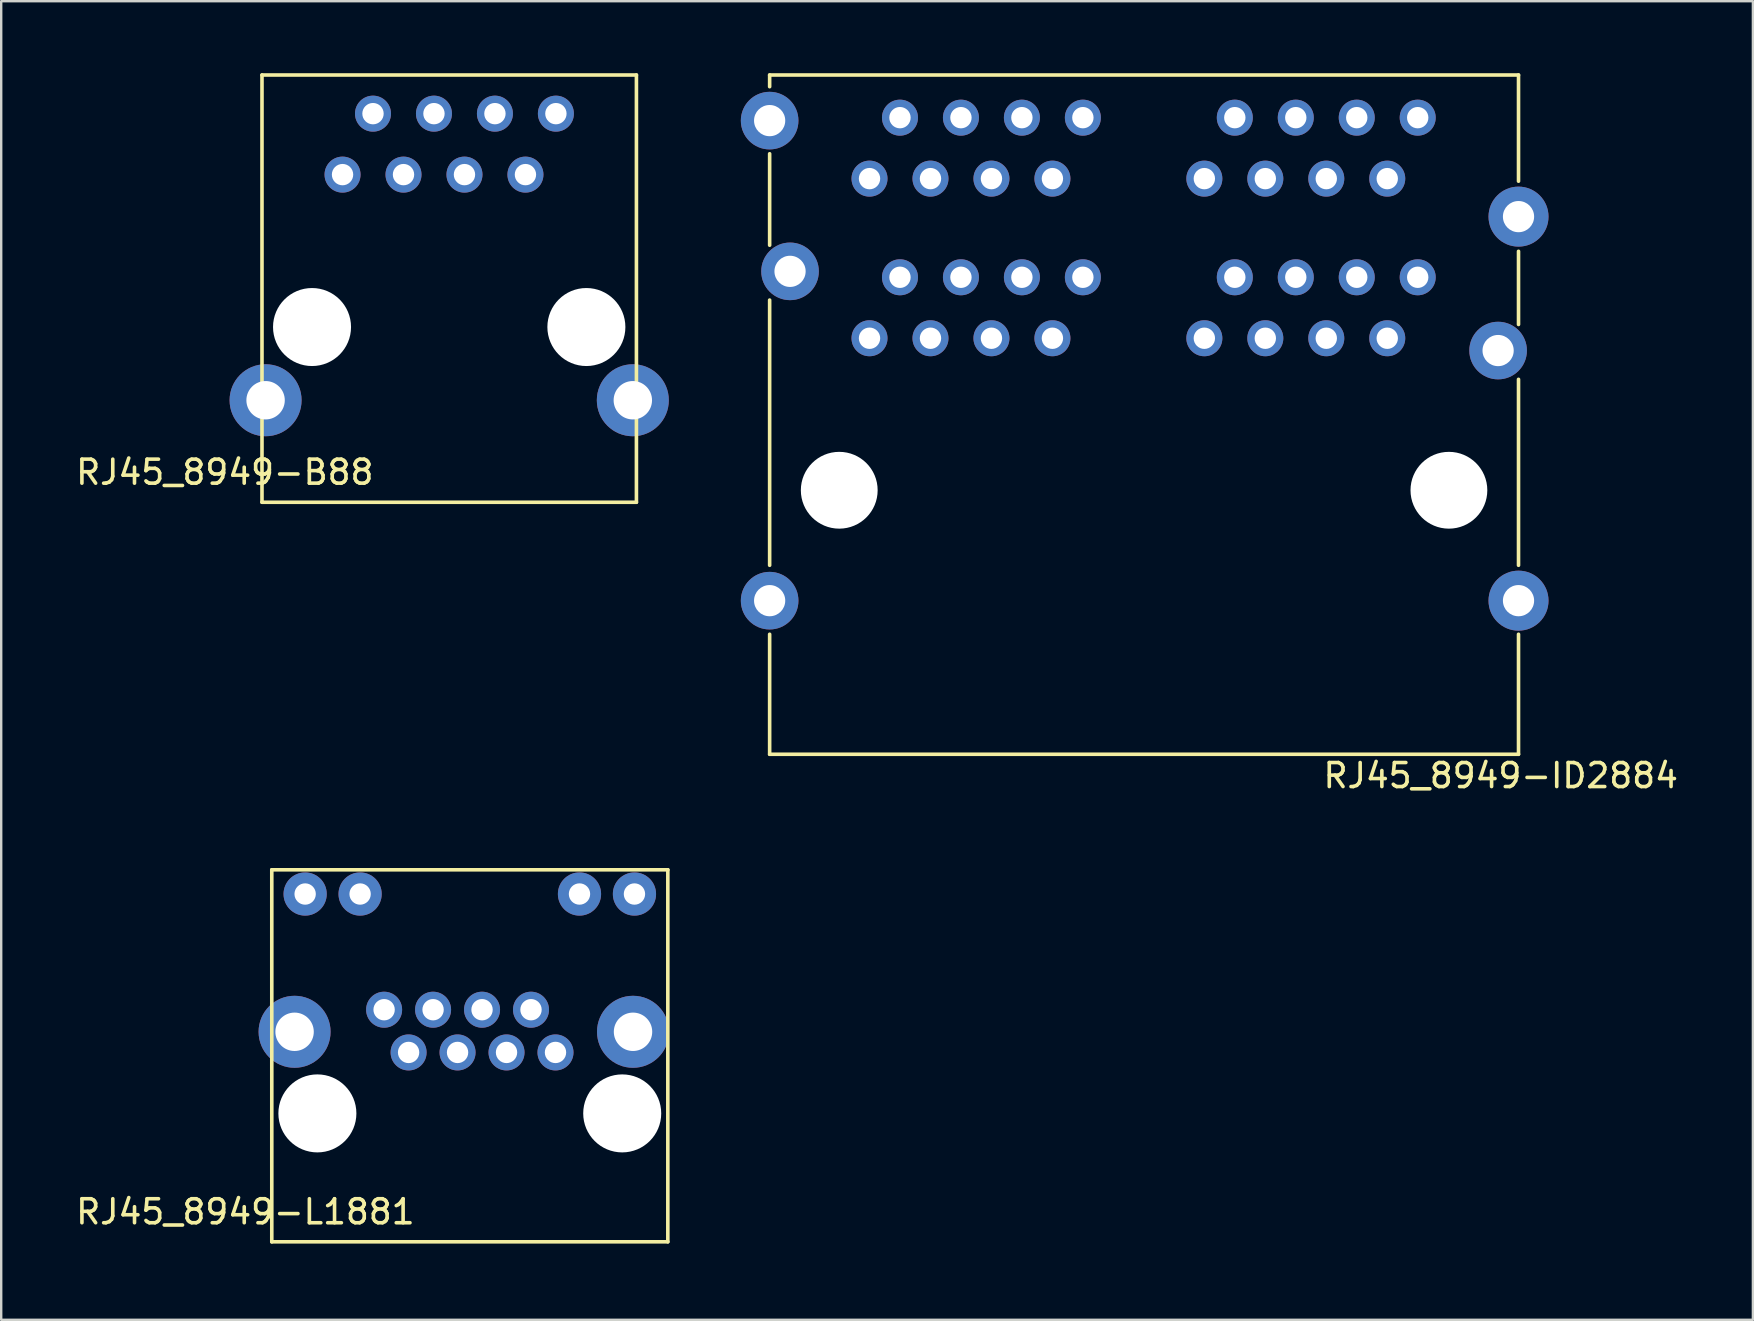
<source format=kicad_pcb>
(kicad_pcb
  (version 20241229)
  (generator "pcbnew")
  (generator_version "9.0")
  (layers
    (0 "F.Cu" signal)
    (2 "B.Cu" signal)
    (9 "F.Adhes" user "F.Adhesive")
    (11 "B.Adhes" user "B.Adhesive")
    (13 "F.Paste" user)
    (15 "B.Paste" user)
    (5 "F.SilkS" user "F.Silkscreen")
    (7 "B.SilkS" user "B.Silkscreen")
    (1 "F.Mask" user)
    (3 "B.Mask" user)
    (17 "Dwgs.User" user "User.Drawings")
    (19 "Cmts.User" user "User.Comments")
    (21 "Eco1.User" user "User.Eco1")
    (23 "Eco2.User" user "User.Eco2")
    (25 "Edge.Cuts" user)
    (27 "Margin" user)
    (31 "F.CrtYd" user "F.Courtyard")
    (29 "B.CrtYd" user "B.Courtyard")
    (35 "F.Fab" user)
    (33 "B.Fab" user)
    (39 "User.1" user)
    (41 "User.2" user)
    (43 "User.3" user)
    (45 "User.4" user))
  (footprint "RJ45_8949-ID2884"
    (layer "F.Cu")
    (at 44.615 28.375)
    (property "Reference" "RJ45_8949-ID2884" (at 14.859 0.889 0) (layer "F.SilkS") (effects (font (size 1 1) (thickness 0.15))))
    (attr through_hole)
    (fp_line (start -15.6 -27.813) (end -15.6 -28.3) (stroke (width 0.15) (type solid)) (layer "F.SilkS"))
    (fp_line (start -15.6 -21.209) (end -15.6 -25.019) (stroke (width 0.15) (type solid)) (layer "F.SilkS"))
    (fp_line (start -15.6 -7.874) (end -15.6 -18.923) (stroke (width 0.15) (type solid)) (layer "F.SilkS"))
    (fp_line (start -15.6 0) (end -15.6 -5) (stroke (width 0.15) (type solid)) (layer "F.SilkS"))
    (fp_line (start 15.6 -28.3) (end -15.6 -28.3) (stroke (width 0.15) (type solid)) (layer "F.SilkS"))
    (fp_line (start 15.6 -28.3) (end 15.6 -23.876) (stroke (width 0.15) (type solid)) (layer "F.SilkS"))
    (fp_line (start 15.6 -20.955) (end 15.6 -17.907) (stroke (width 0.15) (type solid)) (layer "F.SilkS"))
    (fp_line (start 15.6 -15.621) (end 15.6 -7.874) (stroke (width 0.15) (type solid)) (layer "F.SilkS"))
    (fp_line (start 15.6 -5) (end 15.6 0) (stroke (width 0.15) (type solid)) (layer "F.SilkS"))
    (fp_line (start 15.6 0) (end -15.6 0) (stroke (width 0.15) (type solid)) (layer "F.SilkS"))
    (pad "" np_thru_hole circle (at -12.7 -11) (size 3.2 3.2) (drill 3.2) (layers "*.Cu" "*.Mask"))
    (pad "" np_thru_hole circle (at 12.7 -11) (size 3.2 3.2) (drill 3.2) (layers "*.Cu" "*.Mask"))
    (pad "1" thru_hole circle (at -11.439 -17.333 180) (size 1.5 1.5) (drill 0.89) (layers "*.Cu" "*.Mask"))
    (pad "2" thru_hole circle (at -10.17 -19.873 180) (size 1.5 1.5) (drill 0.89) (layers "*.Cu" "*.Mask"))
    (pad "3" thru_hole circle (at -8.899 -17.333 180) (size 1.5 1.5) (drill 0.89) (layers "*.Cu" "*.Mask"))
    (pad "4" thru_hole circle (at -7.63 -19.873 180) (size 1.5 1.5) (drill 0.89) (layers "*.Cu" "*.Mask"))
    (pad "5" thru_hole circle (at -6.359 -17.333 180) (size 1.5 1.5) (drill 0.89) (layers "*.Cu" "*.Mask"))
    (pad "6" thru_hole circle (at -5.09 -19.873 180) (size 1.5 1.5) (drill 0.89) (layers "*.Cu" "*.Mask"))
    (pad "7" thru_hole circle (at -3.819 -17.333 180) (size 1.5 1.5) (drill 0.89) (layers "*.Cu" "*.Mask"))
    (pad "8" thru_hole circle (at -2.55 -19.873 180) (size 1.5 1.5) (drill 0.89) (layers "*.Cu" "*.Mask"))
    (pad "11" thru_hole circle (at -2.55 -26.523 180) (size 1.5 1.5) (drill 0.89) (layers "*.Cu" "*.Mask"))
    (pad "12" thru_hole circle (at -3.819 -23.983 180) (size 1.5 1.5) (drill 0.89) (layers "*.Cu" "*.Mask"))
    (pad "13" thru_hole circle (at -5.09 -26.523 180) (size 1.5 1.5) (drill 0.89) (layers "*.Cu" "*.Mask"))
    (pad "14" thru_hole circle (at -6.359 -23.983 180) (size 1.5 1.5) (drill 0.89) (layers "*.Cu" "*.Mask"))
    (pad "15" thru_hole circle (at -7.63 -26.523 180) (size 1.5 1.5) (drill 0.89) (layers "*.Cu" "*.Mask"))
    (pad "16" thru_hole circle (at -8.899 -23.983 180) (size 1.5 1.5) (drill 0.89) (layers "*.Cu" "*.Mask"))
    (pad "17" thru_hole circle (at -10.17 -26.523 180) (size 1.5 1.5) (drill 0.89) (layers "*.Cu" "*.Mask"))
    (pad "18" thru_hole circle (at -11.439 -23.983 180) (size 1.5 1.5) (drill 0.89) (layers "*.Cu" "*.Mask"))
    (pad "21" thru_hole circle (at 2.511 -17.333 180) (size 1.5 1.5) (drill 0.89) (layers "*.Cu" "*.Mask"))
    (pad "22" thru_hole circle (at 3.78 -19.873 180) (size 1.5 1.5) (drill 0.89) (layers "*.Cu" "*.Mask"))
    (pad "23" thru_hole circle (at 5.051 -17.333 180) (size 1.5 1.5) (drill 0.89) (layers "*.Cu" "*.Mask"))
    (pad "24" thru_hole circle (at 6.32 -19.873 180) (size 1.5 1.5) (drill 0.89) (layers "*.Cu" "*.Mask"))
    (pad "25" thru_hole circle (at 7.591 -17.333 180) (size 1.5 1.5) (drill 0.89) (layers "*.Cu" "*.Mask"))
    (pad "26" thru_hole circle (at 8.86 -19.873 180) (size 1.5 1.5) (drill 0.89) (layers "*.Cu" "*.Mask"))
    (pad "27" thru_hole circle (at 10.131 -17.333 180) (size 1.5 1.5) (drill 0.89) (layers "*.Cu" "*.Mask"))
    (pad "28" thru_hole circle (at 11.4 -19.873 180) (size 1.5 1.5) (drill 0.89) (layers "*.Cu" "*.Mask"))
    (pad "31" thru_hole circle (at 11.4 -26.523 180) (size 1.5 1.5) (drill 0.89) (layers "*.Cu" "*.Mask"))
    (pad "32" thru_hole circle (at 10.131 -23.983 180) (size 1.5 1.5) (drill 0.89) (layers "*.Cu" "*.Mask"))
    (pad "33" thru_hole circle (at 8.86 -26.523 180) (size 1.5 1.5) (drill 0.89) (layers "*.Cu" "*.Mask"))
    (pad "34" thru_hole circle (at 7.591 -23.983 180) (size 1.5 1.5) (drill 0.89) (layers "*.Cu" "*.Mask"))
    (pad "35" thru_hole circle (at 6.32 -26.523 180) (size 1.5 1.5) (drill 0.89) (layers "*.Cu" "*.Mask"))
    (pad "36" thru_hole circle (at 5.051 -23.983 180) (size 1.5 1.5) (drill 0.89) (layers "*.Cu" "*.Mask"))
    (pad "37" thru_hole circle (at 3.78 -26.523 180) (size 1.5 1.5) (drill 0.89) (layers "*.Cu" "*.Mask"))
    (pad "38" thru_hole circle (at 2.511 -23.983 180) (size 1.5 1.5) (drill 0.89) (layers "*.Cu" "*.Mask"))
    (pad "101" thru_hole circle (at -15.6 -6.4) (size 2.4 2.4) (drill 1.3) (layers "*.Cu" "*.Mask"))
    (pad "102" thru_hole circle (at 15.6 -6.4) (size 2.5 2.5) (drill 1.3) (layers "*.Cu" "*.Mask"))
    (pad "103" thru_hole circle (at -15.6 -26.4) (size 2.4 2.4) (drill 1.3) (layers "*.Cu" "*.Mask"))
    (pad "104" thru_hole circle (at 15.6 -22.4) (size 2.5 2.5) (drill 1.3) (layers "*.Cu" "*.Mask"))
    (pad "105" thru_hole circle (at -14.75 -20.12) (size 2.4 2.4) (drill 1.3) (layers "*.Cu" "*.Mask"))
    (pad "106" thru_hole circle (at 14.75 -16.82) (size 2.4 2.4) (drill 1.3) (layers "*.Cu" "*.Mask")))
  (footprint "RJ45_8949-L1881"
    (layer "F.Cu")
    (at 16.523 48.687)
    (property "Reference" "RJ45_8949-L1881" (at -9.35 -1.25 0) (layer "F.SilkS") (effects (font (size 1 1) (thickness 0.15))))
    (attr through_hole)
    (fp_line (start -8.25 -15.5) (end 8.25 -15.5) (stroke (width 0.15) (type solid)) (layer "F.SilkS"))
    (fp_line (start -8.25 0) (end -8.25 -15.5) (stroke (width 0.15) (type solid)) (layer "F.SilkS"))
    (fp_line (start 8.25 -15.5) (end 8.25 0) (stroke (width 0.15) (type solid)) (layer "F.SilkS"))
    (fp_line (start 8.25 0) (end -8.25 0) (stroke (width 0.15) (type solid)) (layer "F.SilkS"))
    (pad "" np_thru_hole circle (at -6.35 -5.35) (size 3.25 3.25) (drill 3.25) (layers "*.Cu" "*.Mask"))
    (pad "" np_thru_hole circle (at 6.35 -5.35) (size 3.25 3.25) (drill 3.25) (layers "*.Cu" "*.Mask"))
    (pad "1" thru_hole circle (at 3.57 -7.89) (size 1.5 1.5) (drill 0.89) (layers "*.Cu" "*.Mask"))
    (pad "2" thru_hole circle (at 2.55 -9.67) (size 1.5 1.5) (drill 0.89) (layers "*.Cu" "*.Mask"))
    (pad "3" thru_hole circle (at 1.53 -7.89) (size 1.5 1.5) (drill 0.89) (layers "*.Cu" "*.Mask"))
    (pad "4" thru_hole circle (at 0.51 -9.67) (size 1.5 1.5) (drill 0.89) (layers "*.Cu" "*.Mask"))
    (pad "5" thru_hole circle (at -0.51 -7.89) (size 1.5 1.5) (drill 0.89) (layers "*.Cu" "*.Mask"))
    (pad "6" thru_hole circle (at -1.53 -9.67) (size 1.5 1.5) (drill 0.89) (layers "*.Cu" "*.Mask"))
    (pad "7" thru_hole circle (at -2.55 -7.89) (size 1.5 1.5) (drill 0.89) (layers "*.Cu" "*.Mask"))
    (pad "8" thru_hole circle (at -3.57 -9.67) (size 1.5 1.5) (drill 0.89) (layers "*.Cu" "*.Mask"))
    (pad "9" thru_hole circle (at 6.86 -14.49) (size 1.8 1.8) (drill 0.89) (layers "*.Cu" "*.Mask"))
    (pad "10" thru_hole circle (at 4.57 -14.49) (size 1.8 1.8) (drill 0.89) (layers "*.Cu" "*.Mask"))
    (pad "11" thru_hole circle (at -4.57 -14.49) (size 1.8 1.8) (drill 0.89) (layers "*.Cu" "*.Mask"))
    (pad "12" thru_hole circle (at -6.86 -14.49) (size 1.8 1.8) (drill 0.89) (layers "*.Cu" "*.Mask"))
    (pad "13" thru_hole circle (at -7.3 -8.75) (size 3 3) (drill 1.6) (layers "*.Cu" "*.Mask"))
    (pad "14" thru_hole circle (at 6.8 -8.75) (size 3 3) (drill 1.6) (layers "*.Cu" "*.Mask")))
  (footprint "RJ45_8949-B88"
    (layer "F.Cu")
    (at 15.665 17.875)
    (property "Reference" "RJ45_8949-B88" (at -9.35 -1.25 0) (layer "F.SilkS") (effects (font (size 1 1) (thickness 0.15))))
    (attr through_hole)
    (fp_line (start -7.8 -17.8) (end 7.8 -17.8) (stroke (width 0.15) (type solid)) (layer "F.SilkS"))
    (fp_line (start -7.8 0) (end -7.8 -17.8) (stroke (width 0.15) (type solid)) (layer "F.SilkS"))
    (fp_line (start 7.8 -17.8) (end 7.8 0) (stroke (width 0.15) (type solid)) (layer "F.SilkS"))
    (fp_line (start 7.8 0) (end -7.8 0) (stroke (width 0.15) (type solid)) (layer "F.SilkS"))
    (pad "" np_thru_hole circle (at -5.715 -7.3) (size 3.25 3.25) (drill 3.25) (layers "*.Cu" "*.Mask"))
    (pad "" np_thru_hole circle (at 5.715 -7.3) (size 3.25 3.25) (drill 3.25) (layers "*.Cu" "*.Mask"))
    (pad "1" thru_hole circle (at -4.444 -13.65 180) (size 1.5 1.5) (drill 0.89) (layers "*.Cu" "*.Mask"))
    (pad "2" thru_hole circle (at -3.175 -16.19 180) (size 1.5 1.5) (drill 0.89) (layers "*.Cu" "*.Mask"))
    (pad "3" thru_hole circle (at -1.904 -13.65 180) (size 1.5 1.5) (drill 0.89) (layers "*.Cu" "*.Mask"))
    (pad "4" thru_hole circle (at -0.635 -16.19 180) (size 1.5 1.5) (drill 0.89) (layers "*.Cu" "*.Mask"))
    (pad "5" thru_hole circle (at 0.636 -13.65 180) (size 1.5 1.5) (drill 0.89) (layers "*.Cu" "*.Mask"))
    (pad "6" thru_hole circle (at 1.905 -16.19 180) (size 1.5 1.5) (drill 0.89) (layers "*.Cu" "*.Mask"))
    (pad "7" thru_hole circle (at 3.176 -13.65 180) (size 1.5 1.5) (drill 0.89) (layers "*.Cu" "*.Mask"))
    (pad "8" thru_hole circle (at 4.445 -16.19 180) (size 1.5 1.5) (drill 0.89) (layers "*.Cu" "*.Mask"))
    (pad "11" thru_hole circle (at 7.65 -4.25) (size 3 3) (drill 1.6) (layers "*.Cu" "*.Mask"))
    (pad "12" thru_hole circle (at -7.65 -4.25) (size 3 3) (drill 1.6) (layers "*.Cu" "*.Mask")))
  (gr_rect
    (start -3 -3)
    (end 69.98 51.937)
    (stroke (width 0.1) (type default))
    (fill no)
    (layer "Edge.Cuts")))
</source>
